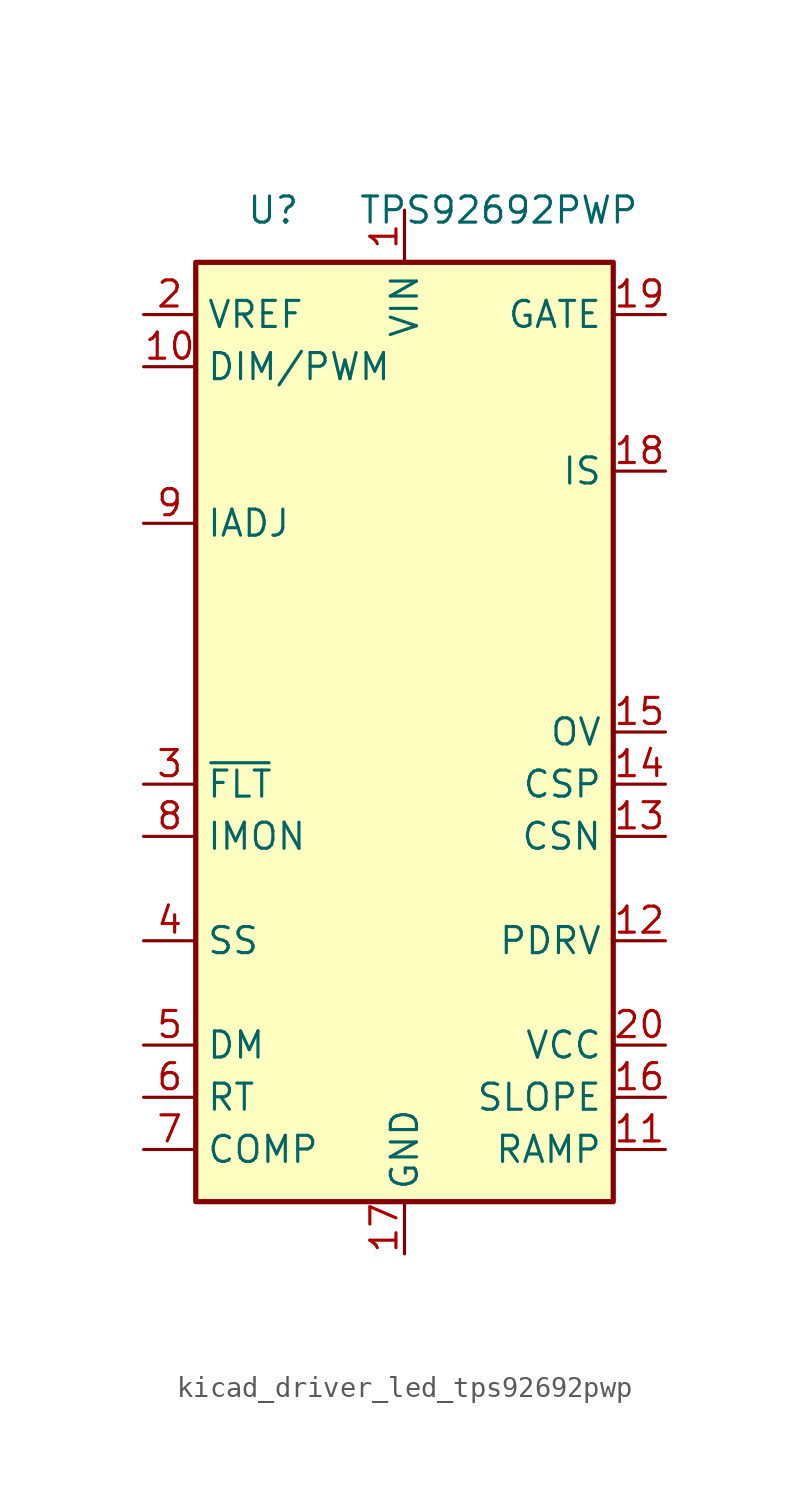
<source format=kicad_sym>
(kicad_symbol_lib
  (version 20220914)
  (generator kicad_symbol_editor)
  (symbol "kicad_driver_led_tps92692pwp"
    (property "Reference" "U"
      (at -5.08 25.4 0)
      (effects (font (size 1.27 1.27)) (justify right)))
    (property "Value" "TPS92692PWP"
      (at 11.43 25.4 0)
      (effects (font (size 1.27 1.27)) (justify right)))
    (symbol "kicad_driver_led_tps92692pwp_0_1"
      (rectangle (start -10.16 22.86) (end 10.16 -22.86) (stroke (width 0.254) (type default)) (fill (type background))))
    (symbol "kicad_driver_led_tps92692pwp_1_1"
      (pin power_in line (at 0 25.4 270) (length 2.54) (name "VIN" (effects (font (size 1.27 1.27)))) (number "1" (effects (font (size 1.27 1.27)))))
      (pin input line (at -12.7 17.78 0) (length 2.54) (name "DIM/PWM" (effects (font (size 1.27 1.27)))) (number "10" (effects (font (size 1.27 1.27)))))
      (pin passive line (at 12.7 -20.32 180) (length 2.54) (name "RAMP" (effects (font (size 1.27 1.27)))) (number "11" (effects (font (size 1.27 1.27)))))
      (pin output line (at 12.7 -10.16 180) (length 2.54) (name "PDRV" (effects (font (size 1.27 1.27)))) (number "12" (effects (font (size 1.27 1.27)))))
      (pin input line (at 12.7 -5.08 180) (length 2.54) (name "CSN" (effects (font (size 1.27 1.27)))) (number "13" (effects (font (size 1.27 1.27)))))
      (pin input line (at 12.7 -2.54 180) (length 2.54) (name "CSP" (effects (font (size 1.27 1.27)))) (number "14" (effects (font (size 1.27 1.27)))))
      (pin input line (at 12.7 0 180) (length 2.54) (name "OV" (effects (font (size 1.27 1.27)))) (number "15" (effects (font (size 1.27 1.27)))))
      (pin passive line (at 12.7 -17.78 180) (length 2.54) (name "SLOPE" (effects (font (size 1.27 1.27)))) (number "16" (effects (font (size 1.27 1.27)))))
      (pin power_in line (at 0 -25.4 90) (length 2.54) (name "GND" (effects (font (size 1.27 1.27)))) (number "17" (effects (font (size 1.27 1.27)))))
      (pin input line (at 12.7 12.7 180) (length 2.54) (name "IS" (effects (font (size 1.27 1.27)))) (number "18" (effects (font (size 1.27 1.27)))))
      (pin output line (at 12.7 20.32 180) (length 2.54) (name "GATE" (effects (font (size 1.27 1.27)))) (number "19" (effects (font (size 1.27 1.27)))))
      (pin power_out line (at -12.7 20.32 0) (length 2.54) (name "VREF" (effects (font (size 1.27 1.27)))) (number "2" (effects (font (size 1.27 1.27)))))
      (pin power_out line (at 12.7 -15.24 180) (length 2.54) (name "VCC" (effects (font (size 1.27 1.27)))) (number "20" (effects (font (size 1.27 1.27)))))
      (pin passive line (at 0 -25.4 90) (length 2.54) hide (name "GND" (effects (font (size 1.27 1.27)))) (number "21" (effects (font (size 1.27 1.27)))))
      (pin open_collector line (at -12.7 -2.54 0) (length 2.54) (name "~{FLT}" (effects (font (size 1.27 1.27)))) (number "3" (effects (font (size 1.27 1.27)))))
      (pin passive line (at -12.7 -10.16 0) (length 2.54) (name "SS" (effects (font (size 1.27 1.27)))) (number "4" (effects (font (size 1.27 1.27)))))
      (pin passive line (at -12.7 -15.24 0) (length 2.54) (name "DM" (effects (font (size 1.27 1.27)))) (number "5" (effects (font (size 1.27 1.27)))))
      (pin passive line (at -12.7 -17.78 0) (length 2.54) (name "RT" (effects (font (size 1.27 1.27)))) (number "6" (effects (font (size 1.27 1.27)))))
      (pin passive line (at -12.7 -20.32 0) (length 2.54) (name "COMP" (effects (font (size 1.27 1.27)))) (number "7" (effects (font (size 1.27 1.27)))))
      (pin output line (at -12.7 -5.08 0) (length 2.54) (name "IMON" (effects (font (size 1.27 1.27)))) (number "8" (effects (font (size 1.27 1.27)))))
      (pin input line (at -12.7 10.16 0) (length 2.54) (name "IADJ" (effects (font (size 1.27 1.27)))) (number "9" (effects (font (size 1.27 1.27))))))))
</source>
